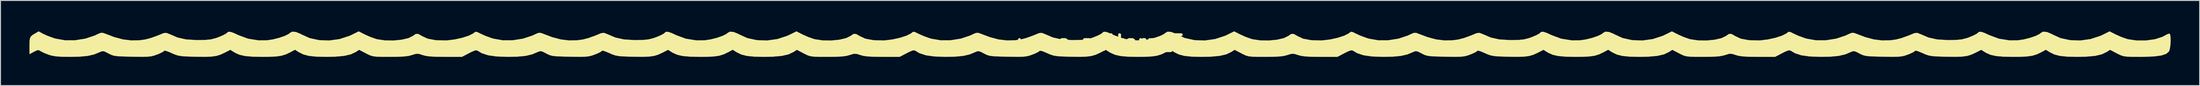
<source format=kicad_pcb>
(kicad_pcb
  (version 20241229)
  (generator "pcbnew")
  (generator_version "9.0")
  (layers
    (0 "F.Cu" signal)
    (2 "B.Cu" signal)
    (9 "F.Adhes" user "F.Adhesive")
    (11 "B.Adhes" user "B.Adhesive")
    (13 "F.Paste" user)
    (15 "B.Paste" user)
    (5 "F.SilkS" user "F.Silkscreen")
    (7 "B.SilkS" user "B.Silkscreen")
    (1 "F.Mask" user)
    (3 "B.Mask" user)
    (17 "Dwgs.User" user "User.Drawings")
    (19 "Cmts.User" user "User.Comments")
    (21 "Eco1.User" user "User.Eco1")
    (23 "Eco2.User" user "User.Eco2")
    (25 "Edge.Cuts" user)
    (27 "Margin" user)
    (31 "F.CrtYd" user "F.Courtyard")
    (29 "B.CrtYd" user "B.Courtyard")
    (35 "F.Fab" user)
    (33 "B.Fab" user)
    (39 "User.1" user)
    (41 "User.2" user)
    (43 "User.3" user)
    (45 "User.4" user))
  (footprint "wave_pattern_5"
    (layer "F.Cu")
    (at 111.039 1.418)
    (property "Reference" "wave_pattern_5" (at 0 0 0) (layer "F.SilkS") (effects (font (size 1.524 1.524) (thickness 0.3))))
    (attr through_hole)
    (fp_poly (pts (xy 105.173 -0.843) (xy 105.712 -0.601) (xy 106.268 -0.403) (xy 106.434 -0.357) (xy 107.335 -0.227) (xy 108.303 -0.233) (xy 109.223 -0.365) (xy 109.98 -0.61) (xy 110.204 -0.732) (xy 110.507 -0.894) (xy 110.706 -0.953) (xy 110.78 -0.857) (xy 110.822 -0.607) (xy 110.834 -0.26) (xy 110.819 0.127) (xy 110.777 0.498) (xy 110.711 0.795) (xy 110.655 0.921) (xy 110.377 1.165) (xy 109.879 1.335) (xy 109.122 1.437) (xy 108.065 1.479) (xy 107.687 1.482) (xy 106.881 1.479) (xy 106.342 1.462) (xy 105.975 1.415) (xy 105.684 1.324) (xy 105.374 1.175) (xy 105.255 1.113) (xy 104.555 0.744) (xy 104.211 0.968) (xy 103.691 1.218) (xy 102.995 1.38) (xy 102.06 1.463) (xy 101.143 1.482) (xy 100.119 1.459) (xy 99.364 1.381) (xy 98.79 1.232) (xy 98.311 0.995) (xy 98.257 0.961) (xy 97.908 0.736) (xy 97.441 0.99) (xy 96.976 1.216) (xy 96.512 1.361) (xy 95.95 1.442) (xy 95.193 1.477) (xy 94.527 1.482) (xy 93.493 1.462) (xy 92.732 1.394) (xy 92.16 1.262) (xy 91.692 1.051) (xy 91.55 0.965) (xy 91.208 0.745) (xy 90.595 1.059) (xy 90.168 1.256) (xy 89.747 1.384) (xy 89.244 1.454) (xy 88.57 1.479) (xy 87.636 1.469) (xy 87.473 1.466) (xy 86.679 1.442) (xy 86.141 1.404) (xy 85.752 1.334) (xy 85.406 1.214) (xy 85.108 1.08) (xy 84.698 0.906) (xy 84.428 0.826) (xy 84.364 0.84) (xy 84.225 0.959) (xy 83.872 1.134) (xy 83.65 1.225) (xy 83.306 1.349) (xy 82.987 1.427) (xy 82.602 1.467) (xy 82.059 1.479) (xy 81.267 1.469) (xy 81.03 1.465) (xy 80.171 1.446) (xy 79.59 1.418) (xy 79.201 1.371) (xy 78.921 1.292) (xy 78.663 1.169) (xy 78.573 1.12) (xy 78.209 0.932) (xy 77.977 0.88) (xy 77.762 0.944) (xy 77.7 0.975) (xy 77.105 1.224) (xy 76.433 1.381) (xy 75.587 1.461) (xy 74.622 1.481) (xy 73.45 1.442) (xy 72.56 1.315) (xy 71.893 1.092) (xy 71.534 0.875) (xy 71.374 0.796) (xy 71.168 0.82) (xy 70.833 0.966) (xy 70.581 1.096) (xy 69.849 1.482) (xy 68.081 1.481) (xy 67.166 1.472) (xy 66.526 1.438) (xy 66.074 1.374) (xy 65.768 1.288) (xy 65.38 1.165) (xy 65.101 1.158) (xy 64.736 1.267) (xy 64.679 1.287) (xy 64.319 1.384) (xy 63.845 1.444) (xy 63.17 1.474) (xy 62.367 1.481) (xy 61.551 1.479) (xy 61.004 1.463) (xy 60.633 1.418) (xy 60.344 1.331) (xy 60.042 1.188) (xy 59.898 1.113) (xy 59.198 0.744) (xy 58.854 0.968) (xy 58.333 1.218) (xy 57.637 1.38) (xy 56.703 1.463) (xy 55.786 1.482) (xy 54.762 1.459) (xy 54.007 1.381) (xy 53.433 1.232) (xy 52.954 0.995) (xy 52.9 0.961) (xy 52.551 0.736) (xy 52.084 0.99) (xy 51.618 1.216) (xy 51.154 1.361) (xy 50.593 1.442) (xy 49.835 1.477) (xy 49.17 1.482) (xy 48.136 1.462) (xy 47.375 1.394) (xy 46.802 1.262) (xy 46.335 1.051) (xy 46.193 0.965) (xy 45.851 0.745) (xy 45.238 1.059) (xy 44.811 1.256) (xy 44.39 1.384) (xy 43.887 1.454) (xy 43.213 1.479) (xy 42.279 1.469) (xy 42.115 1.466) (xy 41.322 1.442) (xy 40.784 1.404) (xy 40.395 1.334) (xy 40.049 1.214) (xy 39.751 1.08) (xy 39.341 0.906) (xy 39.07 0.826) (xy 39.007 0.84) (xy 38.868 0.959) (xy 38.515 1.134) (xy 38.292 1.225) (xy 37.949 1.349) (xy 37.63 1.427) (xy 37.245 1.467) (xy 36.702 1.479) (xy 35.91 1.469) (xy 35.673 1.465) (xy 34.814 1.446) (xy 34.232 1.418) (xy 33.844 1.371) (xy 33.563 1.292) (xy 33.306 1.169) (xy 33.216 1.12) (xy 32.852 0.932) (xy 32.62 0.88) (xy 32.405 0.944) (xy 32.343 0.975) (xy 31.748 1.224) (xy 31.075 1.381) (xy 30.23 1.461) (xy 29.264 1.481) (xy 28.093 1.442) (xy 27.203 1.315) (xy 26.536 1.092) (xy 26.177 0.875) (xy 26.017 0.796) (xy 25.811 0.82) (xy 25.476 0.966) (xy 25.224 1.096) (xy 24.492 1.482) (xy 22.723 1.481) (xy 21.809 1.472) (xy 21.169 1.438) (xy 20.717 1.374) (xy 20.411 1.288) (xy 20.023 1.165) (xy 19.744 1.158) (xy 19.379 1.267) (xy 19.322 1.287) (xy 18.961 1.384) (xy 18.487 1.444) (xy 17.813 1.474) (xy 17.009 1.481) (xy 16.194 1.479) (xy 15.647 1.463) (xy 15.276 1.418) (xy 14.987 1.331) (xy 14.685 1.188) (xy 14.541 1.113) (xy 13.841 0.744) (xy 13.497 0.968) (xy 12.976 1.218) (xy 12.28 1.38) (xy 11.346 1.463) (xy 10.429 1.482) (xy 9.405 1.459) (xy 8.65 1.381) (xy 8.076 1.232) (xy 7.597 0.995) (xy 7.543 0.961) (xy 7.194 0.736) (xy 6.727 0.99) (xy 6.261 1.216) (xy 5.797 1.361) (xy 5.236 1.442) (xy 4.478 1.477) (xy 3.813 1.482) (xy 2.778 1.462) (xy 2.017 1.394) (xy 1.445 1.262) (xy 0.978 1.051) (xy 0.836 0.965) (xy 0.494 0.745) (xy -0.119 1.059) (xy -0.546 1.256) (xy -0.967 1.384) (xy -1.47 1.454) (xy -2.145 1.479) (xy -3.078 1.469) (xy -3.242 1.466) (xy -4.036 1.442) (xy -4.573 1.404) (xy -4.962 1.334) (xy -5.308 1.214) (xy -5.606 1.08) (xy -6.016 0.906) (xy -6.287 0.826) (xy -6.35 0.84) (xy -6.489 0.959) (xy -6.842 1.134) (xy -7.065 1.225) (xy -7.409 1.349) (xy -7.727 1.427) (xy -8.112 1.467) (xy -8.655 1.479) (xy -9.447 1.469) (xy -9.684 1.465) (xy -10.543 1.446) (xy -11.125 1.418) (xy -11.513 1.371) (xy -11.794 1.292) (xy -12.051 1.169) (xy -12.141 1.12) (xy -12.505 0.932) (xy -12.737 0.88) (xy -12.952 0.944) (xy -13.014 0.975) (xy -13.609 1.224) (xy -14.282 1.381) (xy -15.127 1.461) (xy -16.093 1.481) (xy -17.264 1.442) (xy -18.154 1.315) (xy -18.821 1.092) (xy -19.18 0.875) (xy -19.34 0.796) (xy -19.547 0.82) (xy -19.881 0.966) (xy -20.133 1.096) (xy -20.865 1.482) (xy -22.634 1.481) (xy -23.548 1.472) (xy -24.188 1.438) (xy -24.641 1.374) (xy -24.946 1.288) (xy -25.334 1.165) (xy -25.613 1.158) (xy -25.978 1.267) (xy -26.035 1.287) (xy -26.396 1.384) (xy -26.87 1.444) (xy -27.544 1.474) (xy -28.348 1.481) (xy -29.163 1.479) (xy -29.71 1.463) (xy -30.081 1.418) (xy -30.371 1.331) (xy -30.672 1.188) (xy -30.816 1.113) (xy -31.517 0.744) (xy -31.86 0.968) (xy -32.381 1.218) (xy -33.077 1.38) (xy -34.011 1.463) (xy -34.928 1.482) (xy -35.952 1.459) (xy -36.707 1.381) (xy -37.281 1.232) (xy -37.761 0.995) (xy -37.814 0.961) (xy -38.163 0.736) (xy -38.63 0.99) (xy -39.096 1.216) (xy -39.56 1.361) (xy -40.121 1.442) (xy -40.879 1.477) (xy -41.544 1.482) (xy -42.579 1.462) (xy -43.34 1.394) (xy -43.912 1.262) (xy -44.38 1.051) (xy -44.521 0.965) (xy -44.863 0.745) (xy -45.476 1.059) (xy -45.903 1.256) (xy -46.324 1.384) (xy -46.828 1.454) (xy -47.502 1.479) (xy -48.435 1.469) (xy -48.599 1.466) (xy -49.393 1.442) (xy -49.93 1.404) (xy -50.319 1.334) (xy -50.665 1.214) (xy -50.963 1.08) (xy -51.374 0.906) (xy -51.644 0.826) (xy -51.707 0.84) (xy -51.846 0.959) (xy -52.199 1.134) (xy -52.422 1.225) (xy -52.766 1.349) (xy -53.084 1.427) (xy -53.47 1.467) (xy -54.012 1.479) (xy -54.804 1.469) (xy -55.041 1.465) (xy -55.9 1.446) (xy -56.482 1.418) (xy -56.87 1.371) (xy -57.151 1.292) (xy -57.408 1.169) (xy -57.498 1.12) (xy -57.862 0.932) (xy -58.094 0.88) (xy -58.309 0.944) (xy -58.372 0.975) (xy -58.967 1.224) (xy -59.639 1.381) (xy -60.484 1.461) (xy -61.45 1.481) (xy -62.621 1.442) (xy -63.511 1.315) (xy -64.178 1.092) (xy -64.537 0.875) (xy -64.698 0.796) (xy -64.904 0.82) (xy -65.238 0.966) (xy -65.49 1.096) (xy -66.222 1.482) (xy -67.991 1.481) (xy -68.906 1.472) (xy -69.546 1.438) (xy -69.998 1.374) (xy -70.304 1.288) (xy -70.691 1.165) (xy -70.97 1.158) (xy -71.335 1.267) (xy -71.392 1.287) (xy -71.753 1.384) (xy -72.227 1.444) (xy -72.901 1.474) (xy -73.705 1.481) (xy -74.52 1.479) (xy -75.067 1.463) (xy -75.438 1.418) (xy -75.728 1.331) (xy -76.03 1.188) (xy -76.173 1.113) (xy -76.874 0.744) (xy -77.217 0.968) (xy -77.738 1.218) (xy -78.434 1.38) (xy -79.368 1.463) (xy -80.285 1.482) (xy -81.309 1.459) (xy -82.065 1.381) (xy -82.638 1.232) (xy -83.118 0.995) (xy -83.172 0.961) (xy -83.52 0.736) (xy -83.988 0.99) (xy -84.453 1.216) (xy -84.917 1.361) (xy -85.478 1.442) (xy -86.236 1.477) (xy -86.901 1.482) (xy -87.936 1.462) (xy -88.697 1.394) (xy -89.269 1.262) (xy -89.737 1.051) (xy -89.878 0.965) (xy -90.22 0.745) (xy -90.833 1.059) (xy -91.261 1.256) (xy -91.681 1.384) (xy -92.185 1.454) (xy -92.859 1.479) (xy -93.793 1.469) (xy -93.956 1.466) (xy -94.75 1.442) (xy -95.288 1.404) (xy -95.676 1.334) (xy -96.023 1.214) (xy -96.32 1.08) (xy -96.731 0.906) (xy -97.001 0.826) (xy -97.064 0.84) (xy -97.203 0.959) (xy -97.556 1.134) (xy -97.779 1.225) (xy -98.123 1.349) (xy -98.442 1.427) (xy -98.827 1.467) (xy -99.369 1.479) (xy -100.161 1.469) (xy -100.398 1.465) (xy -101.258 1.446) (xy -101.839 1.418) (xy -102.228 1.371) (xy -102.508 1.292) (xy -102.765 1.169) (xy -102.855 1.12) (xy -103.22 0.932) (xy -103.452 0.88) (xy -103.667 0.944) (xy -103.729 0.975) (xy -104.324 1.224) (xy -104.996 1.381) (xy -105.842 1.461) (xy -106.807 1.481) (xy -107.666 1.471) (xy -108.268 1.432) (xy -108.718 1.356) (xy -109.039 1.26) (xy -109.506 1.076) (xy -109.854 0.901) (xy -109.899 0.871) (xy -110.081 0.773) (xy -110.286 0.805) (xy -110.579 0.952) (xy -111.034 1.201) (xy -111.034 0.288) (xy -111.026 -0.163) (xy -110.984 -0.459) (xy -110.889 -0.654) (xy -110.716 -0.806) (xy -110.559 -0.903) (xy -110.084 -1.18) (xy -109.607 -0.919) (xy -109.143 -0.709) (xy -108.546 -0.492) (xy -108.323 -0.422) (xy -107.357 -0.252) (xy -106.301 -0.255) (xy -105.243 -0.423) (xy -104.275 -0.746) (xy -103.996 -0.882) (xy -103.659 -1.026) (xy -103.398 -1.02) (xy -103.27 -0.974) (xy -102.236 -0.58) (xy -101.338 -0.34) (xy -100.493 -0.237) (xy -99.619 -0.254) (xy -99.612 -0.255) (xy -99.062 -0.33) (xy -98.477 -0.482) (xy -97.773 -0.737) (xy -97.137 -1.002) (xy -96.843 -1.024) (xy -96.483 -0.882) (xy -95.684 -0.538) (xy -94.808 -0.343) (xy -93.743 -0.274) (xy -93.526 -0.273) (xy -92.769 -0.29) (xy -92.224 -0.349) (xy -91.742 -0.473) (xy -91.477 -0.566) (xy -91.006 -0.763) (xy -90.676 -0.94) (xy -90.595 -1.01) (xy -90.447 -1.135) (xy -90.208 -1.134) (xy -89.822 -0.996) (xy -89.392 -0.792) (xy -88.392 -0.418) (xy -87.304 -0.244) (xy -86.41 -0.251) (xy -85.802 -0.344) (xy -85.15 -0.51) (xy -84.566 -0.714) (xy -84.163 -0.918) (xy -84.064 -1.01) (xy -83.823 -1.148) (xy -83.44 -1.124) (xy -82.991 -0.943) (xy -82.899 -0.889) (xy -82.024 -0.485) (xy -81.026 -0.265) (xy -79.962 -0.229) (xy -78.892 -0.379) (xy -77.872 -0.715) (xy -77.647 -0.82) (xy -76.92 -1.183) (xy -76.256 -0.843) (xy -75.716 -0.601) (xy -75.16 -0.403) (xy -74.994 -0.357) (xy -74.202 -0.239) (xy -73.331 -0.226) (xy -72.485 -0.309) (xy -71.769 -0.476) (xy -71.287 -0.717) (xy -71.258 -0.742) (xy -70.998 -0.919) (xy -70.74 -0.913) (xy -70.407 -0.721) (xy -70.372 -0.696) (xy -69.775 -0.417) (xy -68.93 -0.26) (xy -67.9 -0.236) (xy -67.729 -0.244) (xy -66.967 -0.338) (xy -66.192 -0.511) (xy -65.516 -0.73) (xy -65.053 -0.965) (xy -64.971 -1.034) (xy -64.83 -1.138) (xy -64.651 -1.12) (xy -64.333 -0.965) (xy -64.284 -0.938) (xy -63.795 -0.715) (xy -63.182 -0.49) (xy -62.966 -0.422) (xy -62 -0.252) (xy -60.943 -0.255) (xy -59.886 -0.423) (xy -58.918 -0.746) (xy -58.639 -0.882) (xy -58.302 -1.026) (xy -58.041 -1.02) (xy -57.913 -0.974) (xy -56.879 -0.58) (xy -55.981 -0.34) (xy -55.136 -0.237) (xy -54.262 -0.254) (xy -54.255 -0.255) (xy -53.705 -0.33) (xy -53.12 -0.482) (xy -52.416 -0.737) (xy -51.779 -1.002) (xy -51.486 -1.024) (xy -51.126 -0.882) (xy -50.326 -0.538) (xy -49.451 -0.343) (xy -48.386 -0.274) (xy -48.169 -0.273) (xy -47.412 -0.29) (xy -46.866 -0.349) (xy -46.385 -0.473) (xy -46.12 -0.566) (xy -45.649 -0.763) (xy -45.319 -0.94) (xy -45.238 -1.01) (xy -45.09 -1.135) (xy -44.851 -1.134) (xy -44.465 -0.996) (xy -44.035 -0.792) (xy -43.034 -0.418) (xy -41.947 -0.244) (xy -41.053 -0.251) (xy -40.445 -0.344) (xy -39.793 -0.51) (xy -39.209 -0.714) (xy -38.806 -0.918) (xy -38.707 -1.01) (xy -38.466 -1.148) (xy -38.083 -1.124) (xy -37.634 -0.943) (xy -37.542 -0.889) (xy -36.667 -0.485) (xy -35.669 -0.265) (xy -34.605 -0.229) (xy -33.534 -0.379) (xy -32.515 -0.715) (xy -32.29 -0.82) (xy -31.563 -1.183) (xy -30.899 -0.843) (xy -30.359 -0.601) (xy -29.803 -0.403) (xy -29.637 -0.357) (xy -28.845 -0.239) (xy -27.974 -0.226) (xy -27.128 -0.309) (xy -26.412 -0.476) (xy -25.929 -0.717) (xy -25.901 -0.742) (xy -25.641 -0.919) (xy -25.383 -0.913) (xy -25.049 -0.721) (xy -25.015 -0.696) (xy -24.418 -0.417) (xy -23.573 -0.26) (xy -22.543 -0.236) (xy -22.372 -0.244) (xy -21.61 -0.338) (xy -20.835 -0.511) (xy -20.159 -0.73) (xy -19.696 -0.965) (xy -19.614 -1.034) (xy -19.473 -1.138) (xy -19.294 -1.12) (xy -18.976 -0.965) (xy -18.926 -0.938) (xy -18.438 -0.715) (xy -17.825 -0.49) (xy -17.609 -0.422) (xy -16.643 -0.252) (xy -15.586 -0.255) (xy -14.529 -0.423) (xy -13.561 -0.746) (xy -13.281 -0.882) (xy -12.945 -1.026) (xy -12.684 -1.02) (xy -12.556 -0.974) (xy -11.522 -0.58) (xy -10.624 -0.34) (xy -9.779 -0.237) (xy -8.905 -0.254) (xy -8.898 -0.255) (xy -8.348 -0.33) (xy -7.763 -0.482) (xy -7.058 -0.737) (xy -6.422 -1.002) (xy -6.129 -1.024) (xy -5.769 -0.882) (xy -4.969 -0.538) (xy -4.094 -0.343) (xy -3.029 -0.274) (xy -2.812 -0.273) (xy -2.055 -0.29) (xy -1.509 -0.349) (xy -1.028 -0.473) (xy -0.762 -0.566) (xy -0.292 -0.763) (xy 0.038 -0.94) (xy 0.119 -1.01) (xy 0.267 -1.135) (xy 0.506 -1.134) (xy 0.892 -0.996) (xy 1.322 -0.792) (xy 2.323 -0.418) (xy 3.41 -0.244) (xy 4.305 -0.251) (xy 4.912 -0.344) (xy 5.565 -0.51) (xy 6.148 -0.714) (xy 6.551 -0.918) (xy 6.65 -1.01) (xy 6.892 -1.148) (xy 7.274 -1.124) (xy 7.723 -0.943) (xy 7.815 -0.889) (xy 8.69 -0.485) (xy 9.688 -0.265) (xy 10.752 -0.229) (xy 11.823 -0.379) (xy 12.842 -0.715) (xy 13.067 -0.82) (xy 13.794 -1.183) (xy 14.458 -0.843) (xy 14.998 -0.601) (xy 15.554 -0.403) (xy 15.72 -0.357) (xy 16.513 -0.239) (xy 17.384 -0.226) (xy 18.229 -0.309) (xy 18.945 -0.476) (xy 19.428 -0.717) (xy 19.456 -0.742) (xy 19.716 -0.919) (xy 19.975 -0.913) (xy 20.308 -0.721) (xy 20.342 -0.696) (xy 20.94 -0.417) (xy 21.784 -0.26) (xy 22.814 -0.236) (xy 22.985 -0.244) (xy 23.747 -0.338) (xy 24.522 -0.511) (xy 25.198 -0.73) (xy 25.662 -0.965) (xy 25.743 -1.034) (xy 25.884 -1.138) (xy 26.063 -1.12) (xy 26.381 -0.965) (xy 26.431 -0.938) (xy 26.919 -0.715) (xy 27.532 -0.49) (xy 27.749 -0.422) (xy 28.714 -0.252) (xy 29.771 -0.255) (xy 30.828 -0.423) (xy 31.796 -0.746) (xy 32.076 -0.882) (xy 32.412 -1.026) (xy 32.673 -1.02) (xy 32.801 -0.974) (xy 33.835 -0.58) (xy 34.733 -0.34) (xy 35.578 -0.237) (xy 36.452 -0.254) (xy 36.459 -0.255) (xy 37.009 -0.33) (xy 37.594 -0.482) (xy 38.299 -0.737) (xy 38.935 -1.002) (xy 39.228 -1.024) (xy 39.589 -0.882) (xy 40.388 -0.538) (xy 41.264 -0.343) (xy 42.328 -0.274) (xy 42.545 -0.273) (xy 43.303 -0.29) (xy 43.848 -0.349) (xy 44.329 -0.473) (xy 44.595 -0.566) (xy 45.066 -0.763) (xy 45.395 -0.94) (xy 45.476 -1.01) (xy 45.624 -1.135) (xy 45.863 -1.134) (xy 46.25 -0.996) (xy 46.679 -0.792) (xy 47.68 -0.418) (xy 48.768 -0.244) (xy 49.662 -0.251) (xy 50.27 -0.344) (xy 50.922 -0.51) (xy 51.506 -0.714) (xy 51.908 -0.918) (xy 52.007 -1.01) (xy 52.249 -1.148) (xy 52.631 -1.124) (xy 53.081 -0.943) (xy 53.172 -0.889) (xy 54.047 -0.485) (xy 55.045 -0.265) (xy 56.109 -0.229) (xy 57.18 -0.379) (xy 58.199 -0.715) (xy 58.424 -0.82) (xy 59.151 -1.183) (xy 59.816 -0.843) (xy 60.355 -0.601) (xy 60.911 -0.403) (xy 61.077 -0.357) (xy 61.87 -0.239) (xy 62.741 -0.226) (xy 63.586 -0.309) (xy 64.302 -0.476) (xy 64.785 -0.717) (xy 64.814 -0.742) (xy 65.073 -0.919) (xy 65.332 -0.913) (xy 65.665 -0.721) (xy 65.699 -0.696) (xy 66.297 -0.417) (xy 67.141 -0.26) (xy 68.171 -0.236) (xy 68.343 -0.244) (xy 69.104 -0.338) (xy 69.879 -0.511) (xy 70.555 -0.73) (xy 71.019 -0.965) (xy 71.101 -1.034) (xy 71.241 -1.138) (xy 71.42 -1.12) (xy 71.739 -0.965) (xy 71.788 -0.938) (xy 72.276 -0.715) (xy 72.889 -0.49) (xy 73.106 -0.422) (xy 74.071 -0.252) (xy 75.128 -0.255) (xy 76.185 -0.423) (xy 77.153 -0.746) (xy 77.433 -0.882) (xy 77.77 -1.026) (xy 78.03 -1.02) (xy 78.159 -0.974) (xy 79.192 -0.58) (xy 80.091 -0.34) (xy 80.936 -0.237) (xy 81.809 -0.254) (xy 81.816 -0.255) (xy 82.366 -0.33) (xy 82.952 -0.482) (xy 83.656 -0.737) (xy 84.292 -1.002) (xy 84.585 -1.024) (xy 84.946 -0.882) (xy 85.745 -0.538) (xy 86.621 -0.343) (xy 87.685 -0.274) (xy 87.902 -0.273) (xy 88.66 -0.29) (xy 89.205 -0.349) (xy 89.686 -0.473) (xy 89.952 -0.566) (xy 90.423 -0.763) (xy 90.752 -0.94) (xy 90.833 -1.01) (xy 90.981 -1.135) (xy 91.22 -1.134) (xy 91.607 -0.996) (xy 92.037 -0.792) (xy 93.037 -0.418) (xy 94.125 -0.244) (xy 95.019 -0.251) (xy 95.627 -0.344) (xy 96.279 -0.51) (xy 96.863 -0.714) (xy 97.265 -0.918) (xy 97.365 -1.01) (xy 97.606 -1.148) (xy 97.988 -1.124) (xy 98.438 -0.943) (xy 98.529 -0.889) (xy 99.404 -0.485) (xy 100.403 -0.265) (xy 101.466 -0.229) (xy 102.537 -0.379) (xy 103.557 -0.715) (xy 103.781 -0.82) (xy 104.508 -1.183) (xy 105.173 -0.843)) (stroke (width 0.01) (type solid)) (fill yes) (layer "F.SilkS")))
  (gr_rect
    (start -3 -3)
    (end 224.879 5.905)
    (stroke (width 0.1) (type default))
    (fill no)
    (layer "Edge.Cuts")))
</source>
